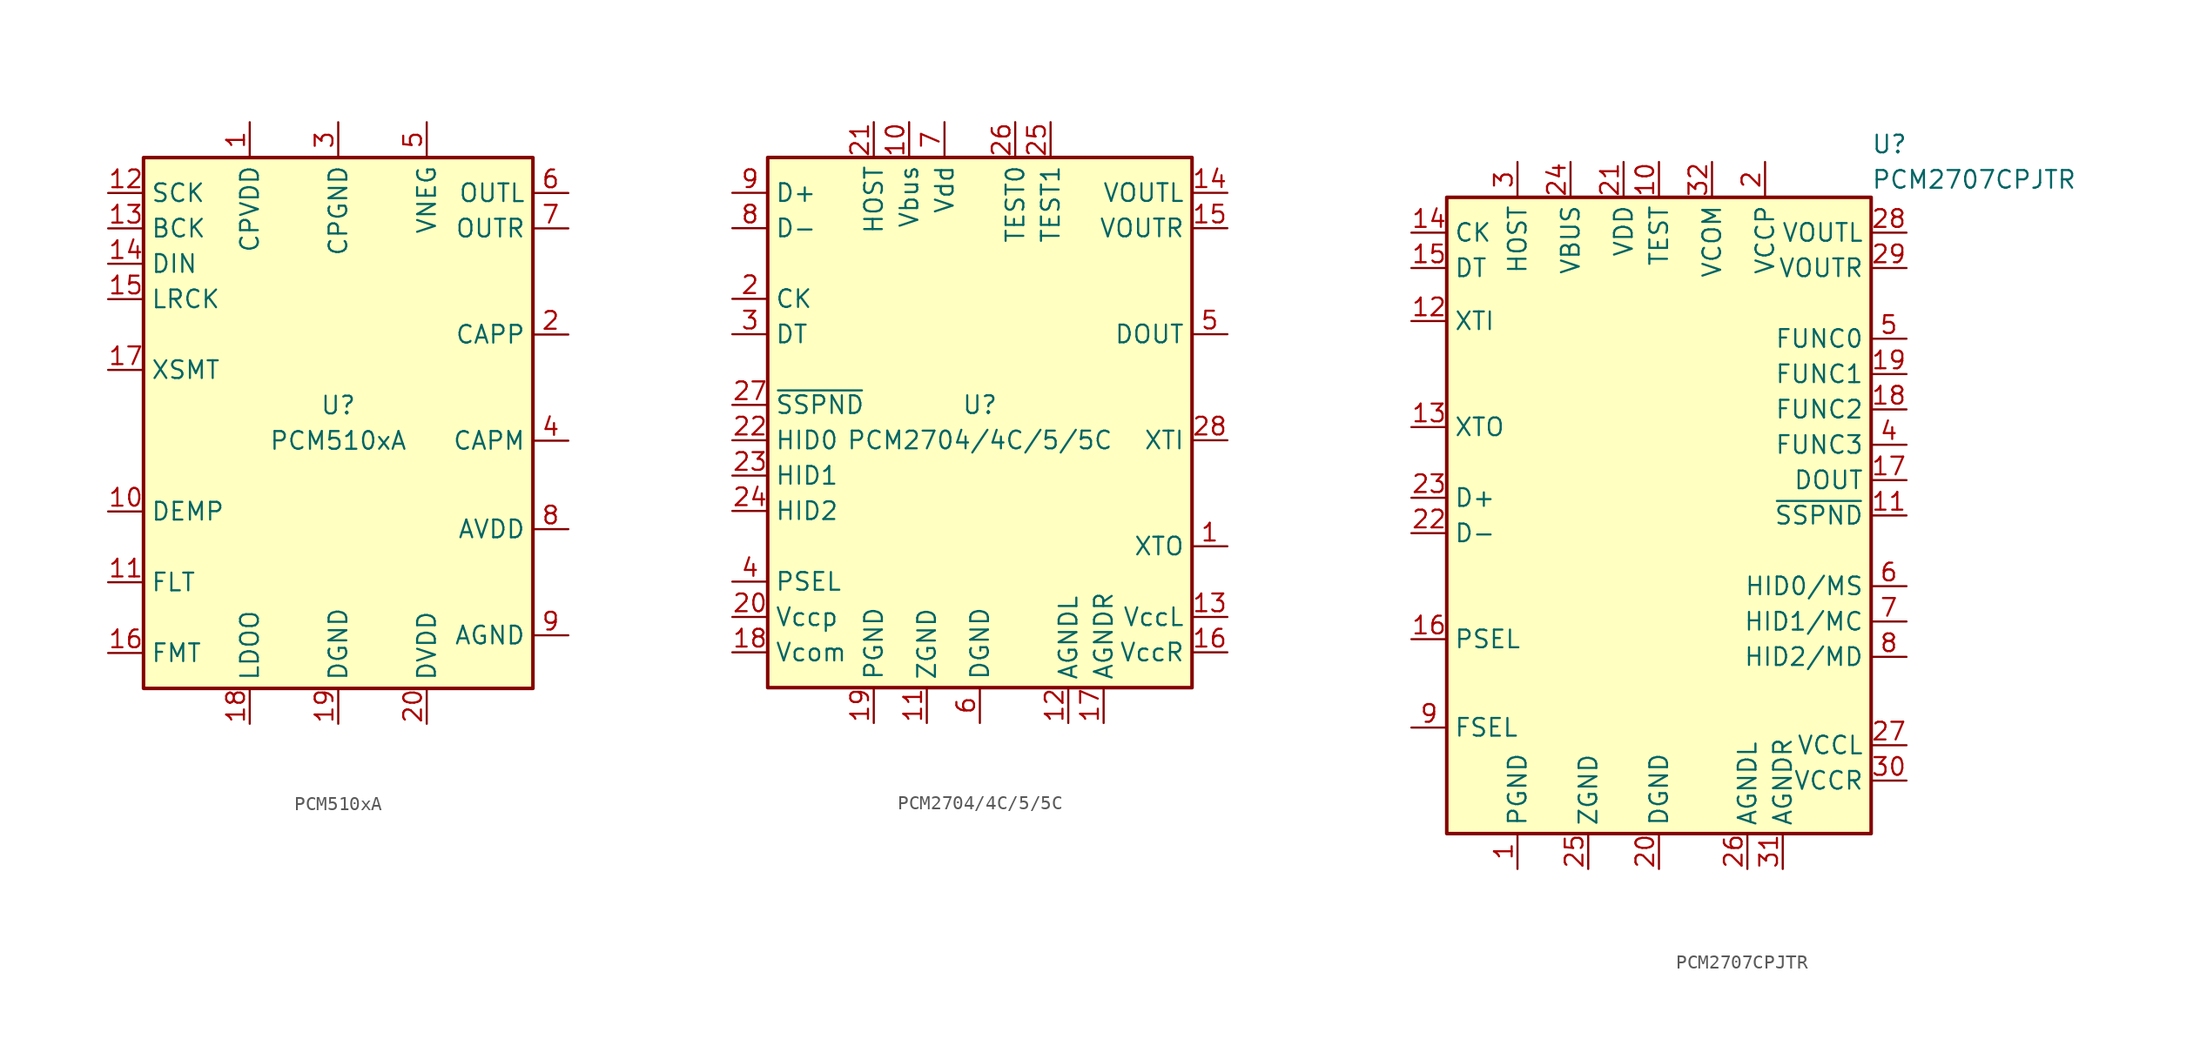
<source format=kicad_sym>
(kicad_symbol_lib
  (version 20220914)
  (generator kicad_symbol_editor)
  (symbol "PCM510xA"
    (property "Reference" "U"
      (at 0 2.54 0)
      (effects (font (size 1.27 1.27))))
    (property "Value" "PCM510xA"
      (at 0 0 0)
      (effects (font (size 1.27 1.27))))
    (symbol "PCM510xA_0_1"
      (rectangle (start -13.97 20.32) (end 13.97 -17.78) (stroke (width 0.254) (type default)) (fill (type background))))
    (symbol "PCM510xA_1_1"
      (pin power_in line (at -6.35 22.86 270) (length 2.54) (name "CPVDD" (effects (font (size 1.27 1.27)))) (number "1" (effects (font (size 1.27 1.27)))))
      (pin input line (at -16.51 -5.08 0) (length 2.54) (name "DEMP" (effects (font (size 1.27 1.27)))) (number "10" (effects (font (size 1.27 1.27)))))
      (pin input line (at -16.51 -10.16 0) (length 2.54) (name "FLT" (effects (font (size 1.27 1.27)))) (number "11" (effects (font (size 1.27 1.27)))))
      (pin input line (at -16.51 17.78 0) (length 2.54) (name "SCK" (effects (font (size 1.27 1.27)))) (number "12" (effects (font (size 1.27 1.27)))))
      (pin input line (at -16.51 15.24 0) (length 2.54) (name "BCK" (effects (font (size 1.27 1.27)))) (number "13" (effects (font (size 1.27 1.27)))))
      (pin input line (at -16.51 12.7 0) (length 2.54) (name "DIN" (effects (font (size 1.27 1.27)))) (number "14" (effects (font (size 1.27 1.27)))))
      (pin input line (at -16.51 10.16 0) (length 2.54) (name "LRCK" (effects (font (size 1.27 1.27)))) (number "15" (effects (font (size 1.27 1.27)))))
      (pin input line (at -16.51 -15.24 0) (length 2.54) (name "FMT" (effects (font (size 1.27 1.27)))) (number "16" (effects (font (size 1.27 1.27)))))
      (pin input line (at -16.51 5.08 0) (length 2.54) (name "XSMT" (effects (font (size 1.27 1.27)))) (number "17" (effects (font (size 1.27 1.27)))))
      (pin power_in line (at -6.35 -20.32 90) (length 2.54) (name "LDOO" (effects (font (size 1.27 1.27)))) (number "18" (effects (font (size 1.27 1.27)))))
      (pin power_in line (at 0 -20.32 90) (length 2.54) (name "DGND" (effects (font (size 1.27 1.27)))) (number "19" (effects (font (size 1.27 1.27)))))
      (pin output line (at 16.51 7.62 180) (length 2.54) (name "CAPP" (effects (font (size 1.27 1.27)))) (number "2" (effects (font (size 1.27 1.27)))))
      (pin power_in line (at 6.35 -20.32 90) (length 2.54) (name "DVDD" (effects (font (size 1.27 1.27)))) (number "20" (effects (font (size 1.27 1.27)))))
      (pin power_in line (at 0 22.86 270) (length 2.54) (name "CPGND" (effects (font (size 1.27 1.27)))) (number "3" (effects (font (size 1.27 1.27)))))
      (pin output line (at 16.51 0 180) (length 2.54) (name "CAPM" (effects (font (size 1.27 1.27)))) (number "4" (effects (font (size 1.27 1.27)))))
      (pin output line (at 6.35 22.86 270) (length 2.54) (name "VNEG" (effects (font (size 1.27 1.27)))) (number "5" (effects (font (size 1.27 1.27)))))
      (pin output line (at 16.51 17.78 180) (length 2.54) (name "OUTL" (effects (font (size 1.27 1.27)))) (number "6" (effects (font (size 1.27 1.27)))))
      (pin output line (at 16.51 15.24 180) (length 2.54) (name "OUTR" (effects (font (size 1.27 1.27)))) (number "7" (effects (font (size 1.27 1.27)))))
      (pin power_in line (at 16.51 -6.35 180) (length 2.54) (name "AVDD" (effects (font (size 1.27 1.27)))) (number "8" (effects (font (size 1.27 1.27)))))
      (pin power_in line (at 16.51 -13.97 180) (length 2.54) (name "AGND" (effects (font (size 1.27 1.27)))) (number "9" (effects (font (size 1.27 1.27)))))))
  (symbol "PCM2704/4C/5/5C"
    (property "Reference" "U"
      (at 0 2.54 0)
      (effects (font (size 1.27 1.27))))
    (property "Value" "PCM2704/4C/5/5C"
      (at 0 0 0)
      (effects (font (size 1.27 1.27))))
    (symbol "PCM2704/4C/5/5C_0_1"
      (rectangle (start -15.24 20.32) (end 15.24 -17.78) (stroke (width 0.254) (type default)) (fill (type background))))
    (symbol "PCM2704/4C/5/5C_1_1"
      (pin output line (at 17.78 -7.62 180) (length 2.54) (name "XTO" (effects (font (size 1.27 1.27)))) (number "1" (effects (font (size 1.27 1.27)))))
      (pin power_in line (at -5.08 22.86 270) (length 2.54) (name "Vbus" (effects (font (size 1.27 1.27)))) (number "10" (effects (font (size 1.27 1.27)))))
      (pin power_in line (at -3.81 -20.32 90) (length 2.54) (name "ZGND" (effects (font (size 1.27 1.27)))) (number "11" (effects (font (size 1.27 1.27)))))
      (pin power_in line (at 6.35 -20.32 90) (length 2.54) (name "AGNDL" (effects (font (size 1.27 1.27)))) (number "12" (effects (font (size 1.27 1.27)))))
      (pin passive line (at 17.78 -12.7 180) (length 2.54) (name "VccL" (effects (font (size 1.27 1.27)))) (number "13" (effects (font (size 1.27 1.27)))))
      (pin output line (at 17.78 17.78 180) (length 2.54) (name "VOUTL" (effects (font (size 1.27 1.27)))) (number "14" (effects (font (size 1.27 1.27)))))
      (pin output line (at 17.78 15.24 180) (length 2.54) (name "VOUTR" (effects (font (size 1.27 1.27)))) (number "15" (effects (font (size 1.27 1.27)))))
      (pin passive line (at 17.78 -15.24 180) (length 2.54) (name "VccR" (effects (font (size 1.27 1.27)))) (number "16" (effects (font (size 1.27 1.27)))))
      (pin power_in line (at 8.89 -20.32 90) (length 2.54) (name "AGNDR" (effects (font (size 1.27 1.27)))) (number "17" (effects (font (size 1.27 1.27)))))
      (pin passive line (at -17.78 -15.24 0) (length 2.54) (name "Vcom" (effects (font (size 1.27 1.27)))) (number "18" (effects (font (size 1.27 1.27)))))
      (pin power_in line (at -7.62 -20.32 90) (length 2.54) (name "PGND" (effects (font (size 1.27 1.27)))) (number "19" (effects (font (size 1.27 1.27)))))
      (pin output line (at -17.78 10.16 0) (length 2.54) (name "CK" (effects (font (size 1.27 1.27)))) (number "2" (effects (font (size 1.27 1.27)))))
      (pin power_in line (at -17.78 -12.7 0) (length 2.54) (name "Vccp" (effects (font (size 1.27 1.27)))) (number "20" (effects (font (size 1.27 1.27)))))
      (pin input line (at -7.62 22.86 270) (length 2.54) (name "HOST" (effects (font (size 1.27 1.27)))) (number "21" (effects (font (size 1.27 1.27)))))
      (pin input line (at -17.78 0 0) (length 2.54) (name "HID0" (effects (font (size 1.27 1.27)))) (number "22" (effects (font (size 1.27 1.27)))))
      (pin input line (at -17.78 -2.54 0) (length 2.54) (name "HID1" (effects (font (size 1.27 1.27)))) (number "23" (effects (font (size 1.27 1.27)))))
      (pin input line (at -17.78 -5.08 0) (length 2.54) (name "HID2" (effects (font (size 1.27 1.27)))) (number "24" (effects (font (size 1.27 1.27)))))
      (pin input line (at 5.08 22.86 270) (length 2.54) (name "TEST1" (effects (font (size 1.27 1.27)))) (number "25" (effects (font (size 1.27 1.27)))))
      (pin input line (at 2.54 22.86 270) (length 2.54) (name "TEST0" (effects (font (size 1.27 1.27)))) (number "26" (effects (font (size 1.27 1.27)))))
      (pin output line (at -17.78 2.54 0) (length 2.54) (name "~{SSPND}" (effects (font (size 1.27 1.27)))) (number "27" (effects (font (size 1.27 1.27)))))
      (pin input line (at 17.78 0 180) (length 2.54) (name "XTI" (effects (font (size 1.27 1.27)))) (number "28" (effects (font (size 1.27 1.27)))))
      (pin bidirectional line (at -17.78 7.62 0) (length 2.54) (name "DT" (effects (font (size 1.27 1.27)))) (number "3" (effects (font (size 1.27 1.27)))))
      (pin input line (at -17.78 -10.16 0) (length 2.54) (name "PSEL" (effects (font (size 1.27 1.27)))) (number "4" (effects (font (size 1.27 1.27)))))
      (pin output line (at 17.78 7.62 180) (length 2.54) (name "DOUT" (effects (font (size 1.27 1.27)))) (number "5" (effects (font (size 1.27 1.27)))))
      (pin power_in line (at 0 -20.32 90) (length 2.54) (name "DGND" (effects (font (size 1.27 1.27)))) (number "6" (effects (font (size 1.27 1.27)))))
      (pin power_in line (at -2.54 22.86 270) (length 2.54) (name "Vdd" (effects (font (size 1.27 1.27)))) (number "7" (effects (font (size 1.27 1.27)))))
      (pin bidirectional line (at -17.78 15.24 0) (length 2.54) (name "D-" (effects (font (size 1.27 1.27)))) (number "8" (effects (font (size 1.27 1.27)))))
      (pin bidirectional line (at -17.78 17.78 0) (length 2.54) (name "D+" (effects (font (size 1.27 1.27)))) (number "9" (effects (font (size 1.27 1.27)))))))
  (symbol "PCM2707CPJTR"
    (property "Reference" "U"
      (at 15.24 26.67 0)
      (effects (font (size 1.27 1.27)) (justify left)))
    (property "Value" "PCM2707CPJTR"
      (at 15.24 24.13 0)
      (effects (font (size 1.27 1.27)) (justify left)))
    (symbol "PCM2707CPJTR_0_1"
      (rectangle (start -15.24 22.86) (end 15.24 -22.86) (stroke (width 0.254) (type solid)) (fill (type background))))
    (symbol "PCM2707CPJTR_1_1"
      (pin power_in line (at -10.16 -25.4 90) (length 2.54) (name "PGND" (effects (font (size 1.27 1.27)))) (number "1" (effects (font (size 1.27 1.27)))))
      (pin input line (at 0 25.4 270) (length 2.54) (name "TEST" (effects (font (size 1.27 1.27)))) (number "10" (effects (font (size 1.27 1.27)))))
      (pin open_collector line (at 17.78 0 180) (length 2.54) (name "~{SSPND}" (effects (font (size 1.27 1.27)))) (number "11" (effects (font (size 1.27 1.27)))))
      (pin input line (at -17.78 13.97 0) (length 2.54) (name "XTI" (effects (font (size 1.27 1.27)))) (number "12" (effects (font (size 1.27 1.27)))))
      (pin output line (at -17.78 6.35 0) (length 2.54) (name "XTO" (effects (font (size 1.27 1.27)))) (number "13" (effects (font (size 1.27 1.27)))))
      (pin output line (at -17.78 20.32 0) (length 2.54) (name "CK" (effects (font (size 1.27 1.27)))) (number "14" (effects (font (size 1.27 1.27)))))
      (pin bidirectional line (at -17.78 17.78 0) (length 2.54) (name "DT" (effects (font (size 1.27 1.27)))) (number "15" (effects (font (size 1.27 1.27)))))
      (pin input line (at -17.78 -8.89 0) (length 2.54) (name "PSEL" (effects (font (size 1.27 1.27)))) (number "16" (effects (font (size 1.27 1.27)))))
      (pin output line (at 17.78 2.54 180) (length 2.54) (name "DOUT" (effects (font (size 1.27 1.27)))) (number "17" (effects (font (size 1.27 1.27)))))
      (pin bidirectional line (at 17.78 7.62 180) (length 2.54) (name "FUNC2" (effects (font (size 1.27 1.27)))) (number "18" (effects (font (size 1.27 1.27)))))
      (pin bidirectional line (at 17.78 10.16 180) (length 2.54) (name "FUNC1" (effects (font (size 1.27 1.27)))) (number "19" (effects (font (size 1.27 1.27)))))
      (pin passive line (at 7.62 25.4 270) (length 2.54) (name "VCCP" (effects (font (size 1.27 1.27)))) (number "2" (effects (font (size 1.27 1.27)))))
      (pin power_in line (at 0 -25.4 90) (length 2.54) (name "DGND" (effects (font (size 1.27 1.27)))) (number "20" (effects (font (size 1.27 1.27)))))
      (pin power_in line (at -2.54 25.4 270) (length 2.54) (name "VDD" (effects (font (size 1.27 1.27)))) (number "21" (effects (font (size 1.27 1.27)))))
      (pin bidirectional line (at -17.78 -1.27 0) (length 2.54) (name "D-" (effects (font (size 1.27 1.27)))) (number "22" (effects (font (size 1.27 1.27)))))
      (pin bidirectional line (at -17.78 1.27 0) (length 2.54) (name "D+" (effects (font (size 1.27 1.27)))) (number "23" (effects (font (size 1.27 1.27)))))
      (pin power_in line (at -6.35 25.4 270) (length 2.54) (name "VBUS" (effects (font (size 1.27 1.27)))) (number "24" (effects (font (size 1.27 1.27)))))
      (pin power_in line (at -5.08 -25.4 90) (length 2.54) (name "ZGND" (effects (font (size 1.27 1.27)))) (number "25" (effects (font (size 1.27 1.27)))))
      (pin power_in line (at 6.35 -25.4 90) (length 2.54) (name "AGNDL" (effects (font (size 1.27 1.27)))) (number "26" (effects (font (size 1.27 1.27)))))
      (pin passive line (at 17.78 -16.51 180) (length 2.54) (name "VCCL" (effects (font (size 1.27 1.27)))) (number "27" (effects (font (size 1.27 1.27)))))
      (pin output line (at 17.78 20.32 180) (length 2.54) (name "VOUTL" (effects (font (size 1.27 1.27)))) (number "28" (effects (font (size 1.27 1.27)))))
      (pin output line (at 17.78 17.78 180) (length 2.54) (name "VOUTR" (effects (font (size 1.27 1.27)))) (number "29" (effects (font (size 1.27 1.27)))))
      (pin input line (at -10.16 25.4 270) (length 2.54) (name "HOST" (effects (font (size 1.27 1.27)))) (number "3" (effects (font (size 1.27 1.27)))))
      (pin passive line (at 17.78 -19.05 180) (length 2.54) (name "VCCR" (effects (font (size 1.27 1.27)))) (number "30" (effects (font (size 1.27 1.27)))))
      (pin power_in line (at 8.89 -25.4 90) (length 2.54) (name "AGNDR" (effects (font (size 1.27 1.27)))) (number "31" (effects (font (size 1.27 1.27)))))
      (pin passive line (at 3.81 25.4 270) (length 2.54) (name "VCOM" (effects (font (size 1.27 1.27)))) (number "32" (effects (font (size 1.27 1.27)))))
      (pin input line (at 17.78 5.08 180) (length 2.54) (name "FUNC3" (effects (font (size 1.27 1.27)))) (number "4" (effects (font (size 1.27 1.27)))))
      (pin bidirectional line (at 17.78 12.7 180) (length 2.54) (name "FUNC0" (effects (font (size 1.27 1.27)))) (number "5" (effects (font (size 1.27 1.27)))))
      (pin input line (at 17.78 -5.08 180) (length 2.54) (name "HID0/MS" (effects (font (size 1.27 1.27)))) (number "6" (effects (font (size 1.27 1.27)))))
      (pin input line (at 17.78 -7.62 180) (length 2.54) (name "HID1/MC" (effects (font (size 1.27 1.27)))) (number "7" (effects (font (size 1.27 1.27)))))
      (pin input line (at 17.78 -10.16 180) (length 2.54) (name "HID2/MD" (effects (font (size 1.27 1.27)))) (number "8" (effects (font (size 1.27 1.27)))))
      (pin input line (at -17.78 -15.24 0) (length 2.54) (name "FSEL" (effects (font (size 1.27 1.27)))) (number "9" (effects (font (size 1.27 1.27))))))))
</source>
